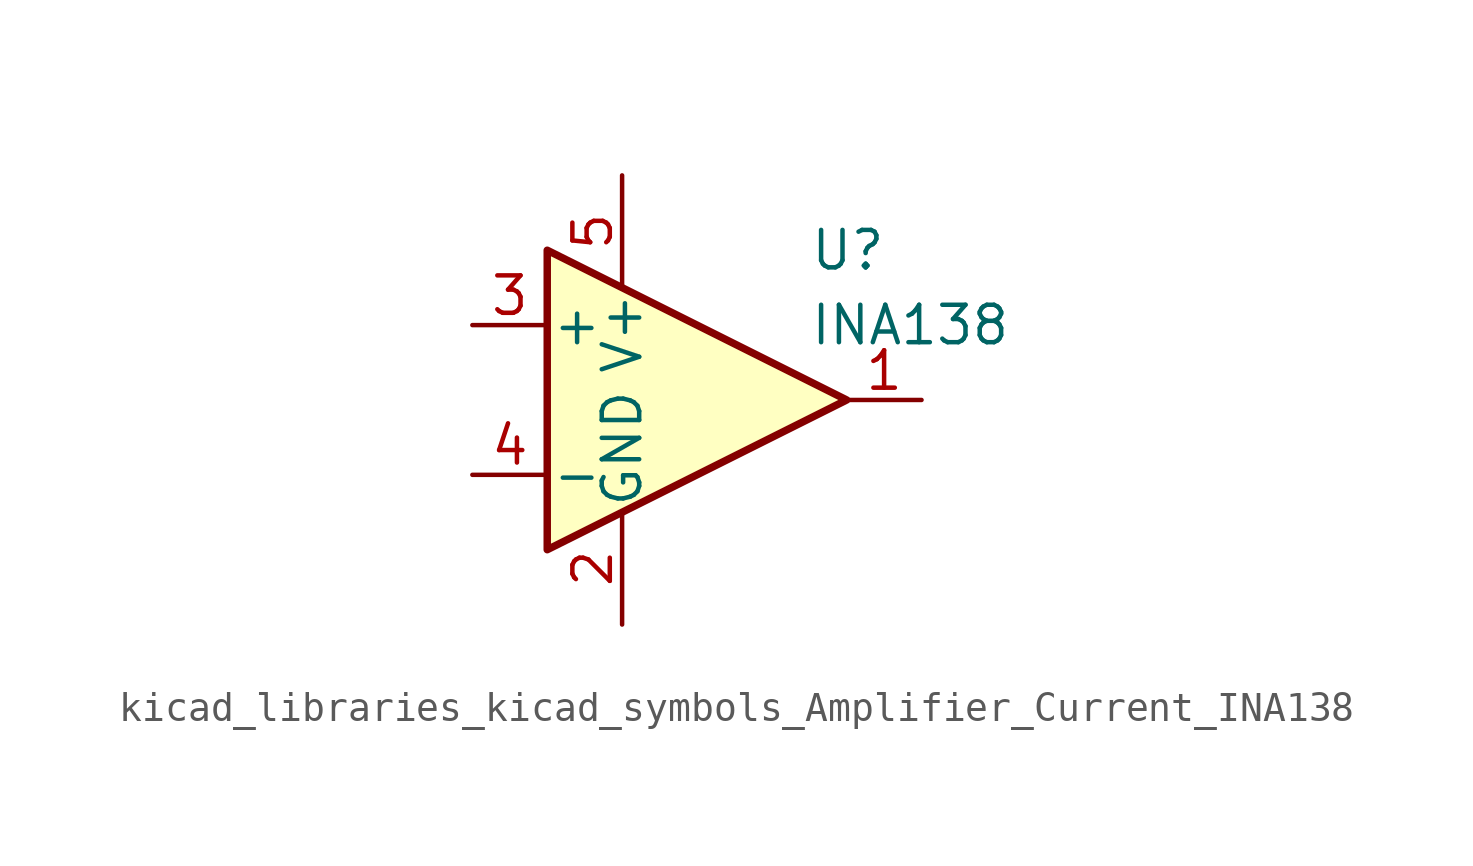
<source format=kicad_sym>
(kicad_symbol_lib
  (version 20220914)
  (generator kicad_symbol_editor)
  (symbol "kicad_libraries_kicad_symbols_Amplifier_Current_INA138"
    (pin_names
      (offset 0.127))
    (property "Reference" "U"
      (at 3.81 5.08 0)
      (effects (font (size 1.27 1.27)) (justify left)))
    (property "Value" "INA138"
      (at 3.81 2.54 0)
      (effects (font (size 1.27 1.27)) (justify left)))
    (symbol "kicad_libraries_kicad_symbols_Amplifier_Current_INA138_0_1"
      (polyline (pts (xy -5.08 5.08) (xy 5.08 0) (xy -5.08 -5.08) (xy -5.08 5.08)) (stroke (width 0.254) (type default)) (fill (type background))))
    (symbol "kicad_libraries_kicad_symbols_Amplifier_Current_INA138_1_1"
      (pin output line (at 7.62 0 180) (length 2.54) (name "~" (effects (font (size 1.27 1.27)))) (number "1" (effects (font (size 1.27 1.27)))))
      (pin power_in line (at -2.54 -7.62 90) (length 3.81) (name "GND" (effects (font (size 1.27 1.27)))) (number "2" (effects (font (size 1.27 1.27)))))
      (pin input line (at -7.62 2.54 0) (length 2.54) (name "+" (effects (font (size 1.27 1.27)))) (number "3" (effects (font (size 1.27 1.27)))))
      (pin input line (at -7.62 -2.54 0) (length 2.54) (name "-" (effects (font (size 1.27 1.27)))) (number "4" (effects (font (size 1.27 1.27)))))
      (pin power_in line (at -2.54 7.62 270) (length 3.81) (name "V+" (effects (font (size 1.27 1.27)))) (number "5" (effects (font (size 1.27 1.27))))))))
</source>
